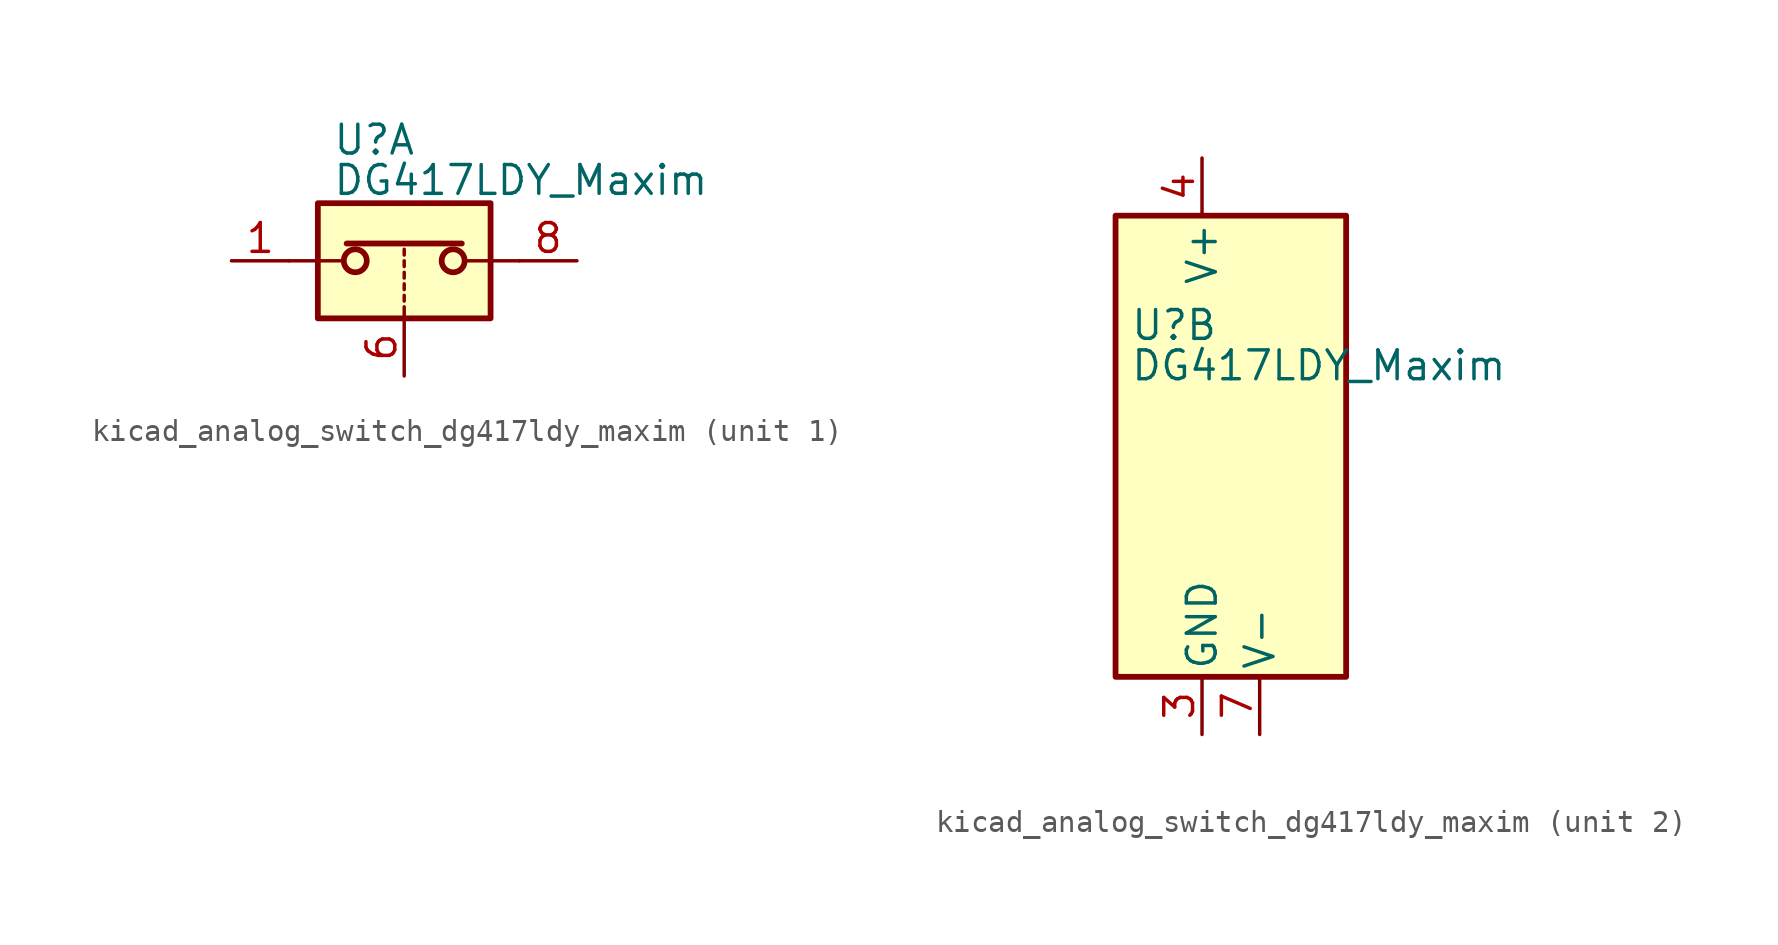
<source format=kicad_sym>
(kicad_symbol_lib
  (version 20220914)
  (generator kicad_symbol_editor)
  (symbol "kicad_analog_switch_dg417ldy_maxim"
    (pin_names
      (offset 0.254))
    (property "Reference" "U"
      (at -3.175 5.334 0)
      (effects (font (size 1.27 1.27)) (justify left)))
    (property "Value" "DG417LDY_Maxim"
      (at -3.175 3.556 0)
      (effects (font (size 1.27 1.27)) (justify left)))
    (symbol "kicad_analog_switch_dg417ldy_maxim_1_1"
      (rectangle (start -3.81 2.54) (end 3.81 -2.54) (stroke (width 0.254) (type default)) (fill (type background)))
      (circle (center -2.159 0) (radius 0.508) (stroke (width 0.254) (type default)) (fill (type none)))
      (polyline (pts (xy -5.08 0) (xy -2.794 0)) (stroke (width 0) (type default)) (fill (type none)))
      (polyline (pts (xy -2.54 0.762) (xy 2.54 0.762)) (stroke (width 0.254) (type default)) (fill (type none)))
      (polyline (pts (xy 0 -2.54) (xy 0 -2.032)) (stroke (width 0) (type default)) (fill (type none)))
      (polyline (pts (xy 0 -1.778) (xy 0 -1.524)) (stroke (width 0) (type default)) (fill (type none)))
      (polyline (pts (xy 0 -1.27) (xy 0 -1.016)) (stroke (width 0) (type default)) (fill (type none)))
      (polyline (pts (xy 0 -0.762) (xy 0 -0.508)) (stroke (width 0) (type default)) (fill (type none)))
      (polyline (pts (xy 0 -0.254) (xy 0 0)) (stroke (width 0) (type default)) (fill (type none)))
      (polyline (pts (xy 0 0.254) (xy 0 0.508)) (stroke (width 0) (type default)) (fill (type none)))
      (polyline (pts (xy 5.08 0) (xy 2.794 0)) (stroke (width 0) (type default)) (fill (type none)))
      (circle (center 2.159 0) (radius 0.508) (stroke (width 0.254) (type default)) (fill (type none)))
      (pin passive line (at -7.62 0 0) (length 2.54) (name "~" (effects (font (size 1.27 1.27)))) (number "1" (effects (font (size 1.27 1.27)))))
      (pin input line (at 0 -5.08 90) (length 2.54) (name "~" (effects (font (size 1.27 1.27)))) (number "6" (effects (font (size 1.27 1.27)))))
      (pin passive line (at 7.62 0 180) (length 2.54) (name "~" (effects (font (size 1.27 1.27)))) (number "8" (effects (font (size 1.27 1.27))))))
    (symbol "kicad_analog_switch_dg417ldy_maxim_2_0"
      (pin no_connect line (at -2.54 10.16 270) (length 2.54) hide (name "NC" (effects (font (size 1.27 1.27)))) (number "2" (effects (font (size 1.27 1.27)))))
      (pin power_in line (at 0 -12.7 90) (length 2.54) (name "GND" (effects (font (size 1.27 1.27)))) (number "3" (effects (font (size 1.27 1.27)))))
      (pin power_in line (at 0 12.7 270) (length 2.54) (name "V+" (effects (font (size 1.27 1.27)))) (number "4" (effects (font (size 1.27 1.27)))))
      (pin no_connect line (at 2.54 10.16 270) (length 2.54) hide (name "NC" (effects (font (size 1.27 1.27)))) (number "5" (effects (font (size 1.27 1.27)))))
      (pin power_in line (at 2.54 -12.7 90) (length 2.54) (name "V-" (effects (font (size 1.27 1.27)))) (number "7" (effects (font (size 1.27 1.27))))))
    (symbol "kicad_analog_switch_dg417ldy_maxim_2_1"
      (rectangle (start -3.81 10.16) (end 6.35 -10.16) (stroke (width 0.254) (type default)) (fill (type background))))))
</source>
